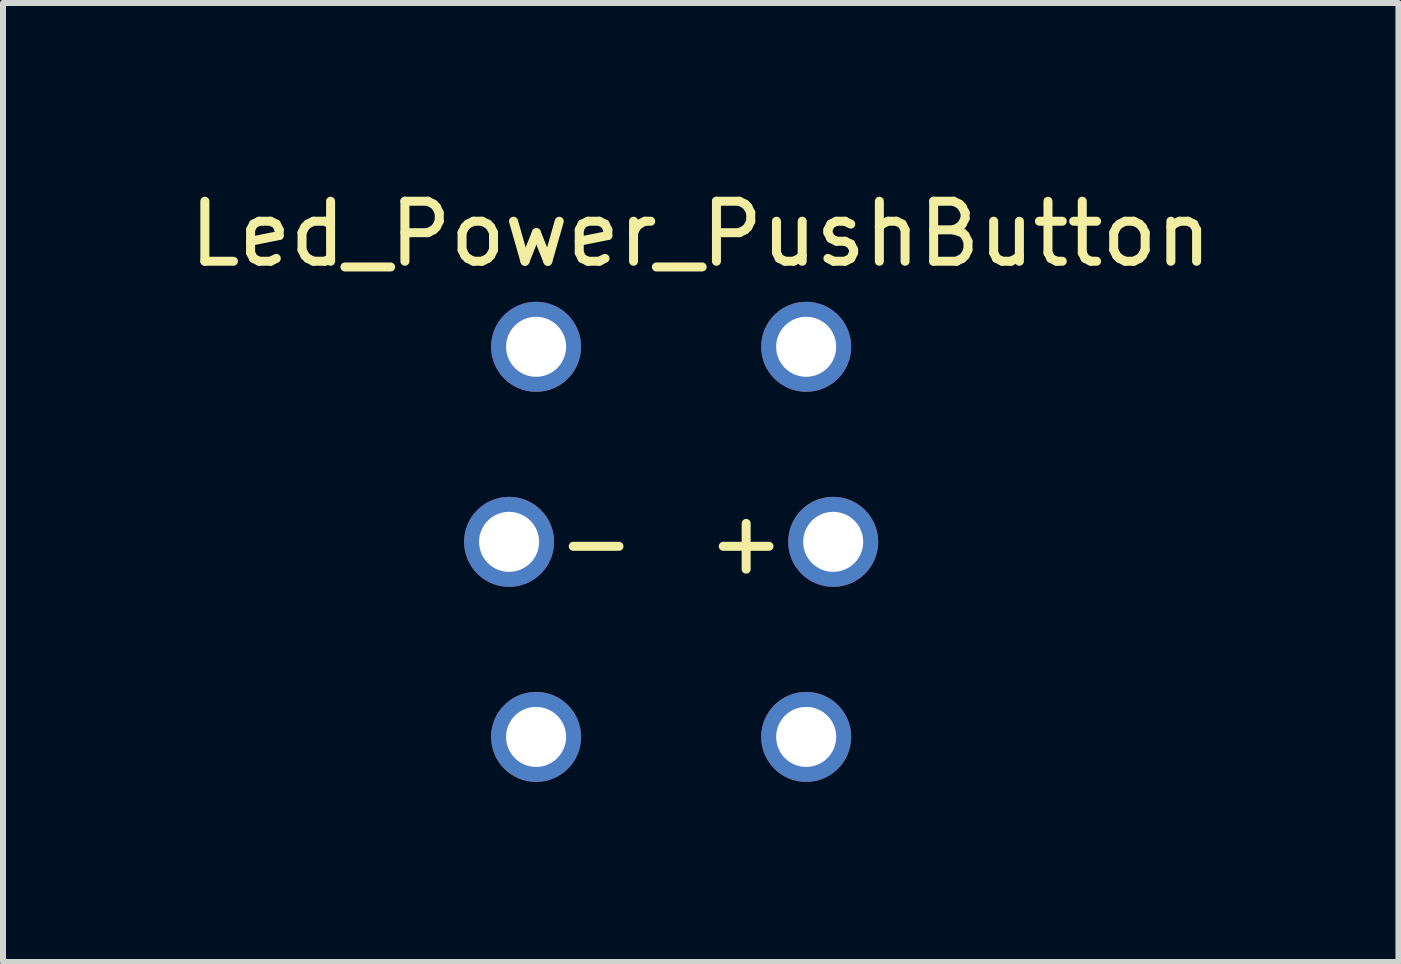
<source format=kicad_pcb>
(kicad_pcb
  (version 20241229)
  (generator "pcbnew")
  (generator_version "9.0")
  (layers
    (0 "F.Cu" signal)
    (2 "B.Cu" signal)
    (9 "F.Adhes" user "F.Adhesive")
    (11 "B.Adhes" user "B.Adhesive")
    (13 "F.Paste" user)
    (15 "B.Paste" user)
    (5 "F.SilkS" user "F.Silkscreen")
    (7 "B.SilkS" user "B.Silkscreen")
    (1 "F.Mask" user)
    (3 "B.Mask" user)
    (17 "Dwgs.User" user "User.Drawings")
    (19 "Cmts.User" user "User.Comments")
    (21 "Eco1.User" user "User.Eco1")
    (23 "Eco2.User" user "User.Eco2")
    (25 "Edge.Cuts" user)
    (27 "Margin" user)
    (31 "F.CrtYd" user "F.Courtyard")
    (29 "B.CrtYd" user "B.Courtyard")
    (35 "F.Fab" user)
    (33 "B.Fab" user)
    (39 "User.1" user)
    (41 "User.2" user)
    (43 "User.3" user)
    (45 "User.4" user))
  (footprint "Led_Power_PushButton"
    (layer "F.Cu")
    (at 5.882 2.728)
    (property "Reference" "Led_Power_PushButton" (at 2.743 -1.88 0) (layer "F.SilkS") (effects (font (size 1 1) (thickness 0.15))))
    (attr through_hole)
    (fp_text user "-" (at 1 3.25 0) (layer "F.SilkS") (effects (font (size 1 1) (thickness 0.15))))
    (fp_text user "+" (at 3.5 3.25 0) (layer "F.SilkS") (effects (font (size 1 1) (thickness 0.15))))
    (pad "1" thru_hole circle (at 0 0) (size 1.5 1.5) (drill 1) (layers "*.Cu" "*.Mask"))
    (pad "2" thru_hole circle (at 0 6.5) (size 1.5 1.5) (drill 1) (layers "*.Cu" "*.Mask"))
    (pad "3" thru_hole circle (at 4.5 0) (size 1.5 1.5) (drill 1) (layers "*.Cu" "*.Mask"))
    (pad "4" thru_hole circle (at 4.5 6.5) (size 1.5 1.5) (drill 1) (layers "*.Cu" "*.Mask"))
    (pad "5" thru_hole circle (at -0.45 3.25) (size 1.5 1.5) (drill 1) (layers "*.Cu" "*.Mask"))
    (pad "6" thru_hole circle (at 4.95 3.25) (size 1.5 1.5) (drill 1) (layers "*.Cu" "*.Mask")))
  (gr_rect
    (start -3 -3)
    (end 20.25 12.978)
    (stroke (width 0.1) (type default))
    (fill no)
    (layer "Edge.Cuts")))
</source>
